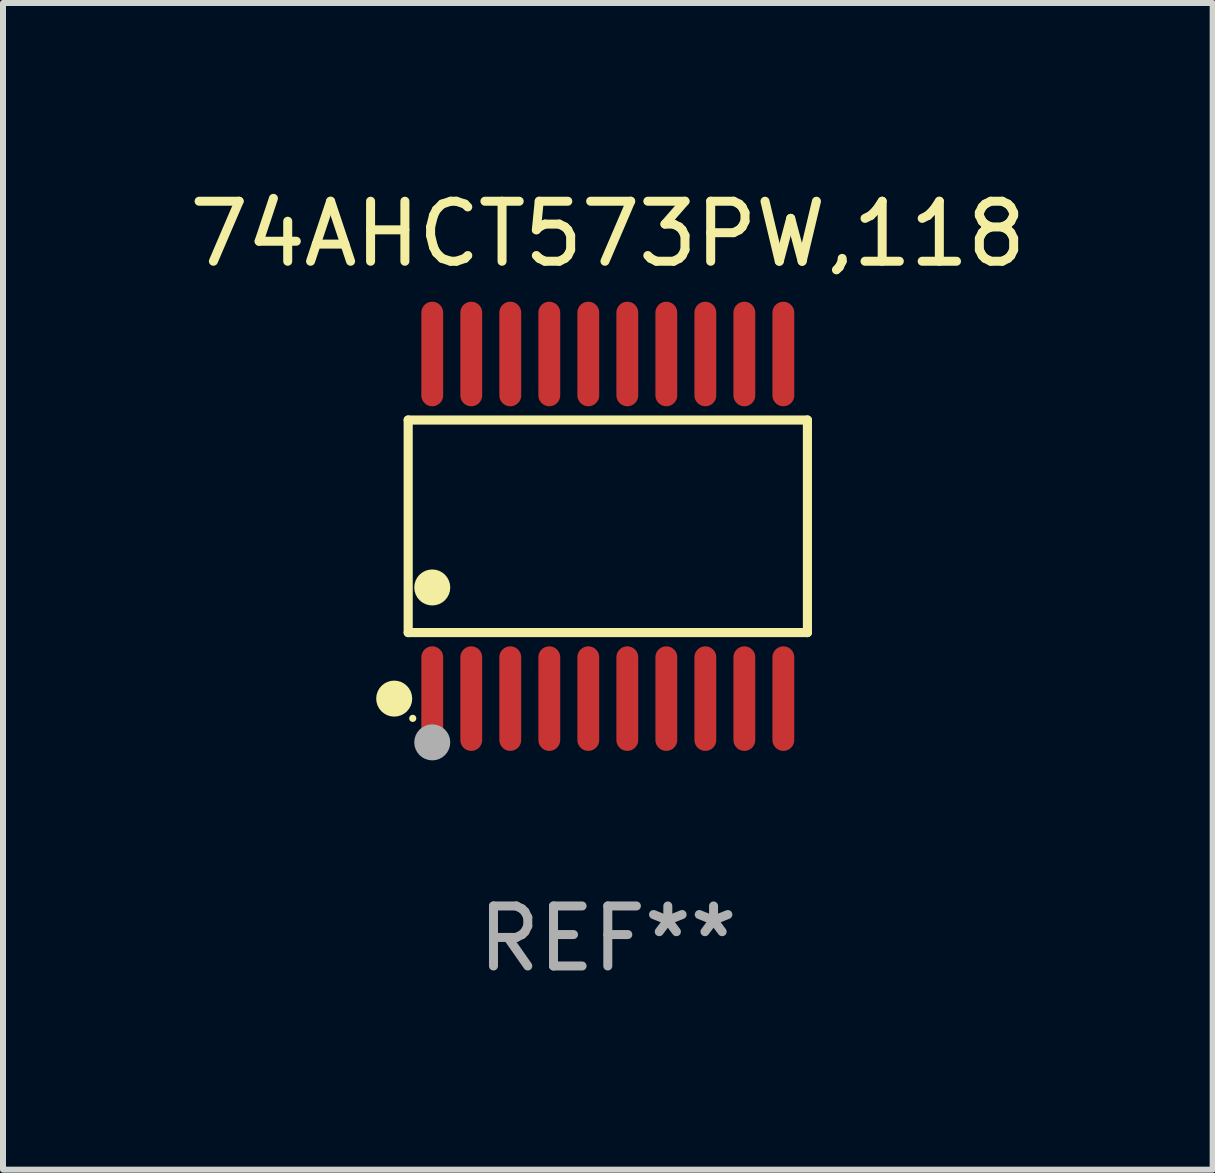
<source format=kicad_pcb>
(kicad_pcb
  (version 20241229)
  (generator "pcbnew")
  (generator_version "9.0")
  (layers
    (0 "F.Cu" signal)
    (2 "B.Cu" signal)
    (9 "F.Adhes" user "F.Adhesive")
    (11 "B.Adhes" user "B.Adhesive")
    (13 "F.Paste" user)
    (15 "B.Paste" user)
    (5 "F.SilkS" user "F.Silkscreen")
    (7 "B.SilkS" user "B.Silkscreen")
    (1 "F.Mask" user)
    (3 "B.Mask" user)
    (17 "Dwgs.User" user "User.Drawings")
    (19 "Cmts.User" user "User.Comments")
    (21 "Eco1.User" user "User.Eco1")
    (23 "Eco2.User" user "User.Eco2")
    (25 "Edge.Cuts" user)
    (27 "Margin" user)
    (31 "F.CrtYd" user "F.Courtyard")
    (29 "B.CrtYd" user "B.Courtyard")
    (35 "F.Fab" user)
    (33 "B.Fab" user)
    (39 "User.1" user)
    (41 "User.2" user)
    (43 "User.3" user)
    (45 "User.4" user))
  (footprint "74AHCT573PW,118"
    (layer "F.Cu")
    (at 7.077 5.719)
    (property "Reference" "74AHCT573PW,118" (at 0 -4.871 0) (layer "F.SilkS") (effects (font (size 1 1) (thickness 0.15))))
    (attr through_hole)
    (fp_line (start -3.326 -1.771) (end 3.326 -1.771) (stroke (width 0.152) (type solid)) (layer "F.SilkS"))
    (fp_line (start -3.326 1.771) (end -3.326 -1.771) (stroke (width 0.152) (type solid)) (layer "F.SilkS"))
    (fp_line (start 3.326 -1.771) (end 3.326 1.771) (stroke (width 0.152) (type solid)) (layer "F.SilkS"))
    (fp_line (start 3.326 1.771) (end -3.326 1.771) (stroke (width 0.152) (type solid)) (layer "F.SilkS"))
    (fp_circle (center -3.559 2.871) (end -3.409 2.871) (stroke (width 0.3) (type solid)) (fill no) (layer "F.SilkS"))
    (fp_circle (center -3.25 3.2) (end -3.22 3.2) (stroke (width 0.06) (type solid)) (fill no) (layer "F.SilkS"))
    (fp_circle (center -2.925 1.019) (end -2.775 1.019) (stroke (width 0.3) (type solid)) (fill no) (layer "F.SilkS"))
    (fp_circle (center -2.925 3.6) (end -2.775 3.6) (stroke (width 0.3) (type solid)) (fill no) (layer "F.Fab"))
    (fp_text user "REF**" (at 0 6.871 0) (layer "F.Fab") (effects (font (size 1 1) (thickness 0.15))))
    (pad "1" smd oval (at -2.925 2.871) (size 0.364 1.742) (layers "F.Cu" "F.Mask" "F.Paste"))
    (pad "2" smd oval (at -2.275 2.871) (size 0.364 1.742) (layers "F.Cu" "F.Mask" "F.Paste"))
    (pad "3" smd oval (at -1.625 2.871) (size 0.364 1.742) (layers "F.Cu" "F.Mask" "F.Paste"))
    (pad "4" smd oval (at -0.975 2.871) (size 0.364 1.742) (layers "F.Cu" "F.Mask" "F.Paste"))
    (pad "5" smd oval (at -0.325 2.871) (size 0.364 1.742) (layers "F.Cu" "F.Mask" "F.Paste"))
    (pad "6" smd oval (at 0.325 2.871) (size 0.364 1.742) (layers "F.Cu" "F.Mask" "F.Paste"))
    (pad "7" smd oval (at 0.975 2.871) (size 0.364 1.742) (layers "F.Cu" "F.Mask" "F.Paste"))
    (pad "8" smd oval (at 1.625 2.871) (size 0.364 1.742) (layers "F.Cu" "F.Mask" "F.Paste"))
    (pad "9" smd oval (at 2.275 2.871) (size 0.364 1.742) (layers "F.Cu" "F.Mask" "F.Paste"))
    (pad "10" smd oval (at 2.925 2.871) (size 0.364 1.742) (layers "F.Cu" "F.Mask" "F.Paste"))
    (pad "11" smd oval (at 2.925 -2.871) (size 0.364 1.742) (layers "F.Cu" "F.Mask" "F.Paste"))
    (pad "12" smd oval (at 2.275 -2.871) (size 0.364 1.742) (layers "F.Cu" "F.Mask" "F.Paste"))
    (pad "13" smd oval (at 1.625 -2.871) (size 0.364 1.742) (layers "F.Cu" "F.Mask" "F.Paste"))
    (pad "14" smd oval (at 0.975 -2.871) (size 0.364 1.742) (layers "F.Cu" "F.Mask" "F.Paste"))
    (pad "15" smd oval (at 0.325 -2.871) (size 0.364 1.742) (layers "F.Cu" "F.Mask" "F.Paste"))
    (pad "16" smd oval (at -0.325 -2.871) (size 0.364 1.742) (layers "F.Cu" "F.Mask" "F.Paste"))
    (pad "17" smd oval (at -0.975 -2.871) (size 0.364 1.742) (layers "F.Cu" "F.Mask" "F.Paste"))
    (pad "18" smd oval (at -1.625 -2.871) (size 0.364 1.742) (layers "F.Cu" "F.Mask" "F.Paste"))
    (pad "19" smd oval (at -2.275 -2.871) (size 0.364 1.742) (layers "F.Cu" "F.Mask" "F.Paste"))
    (pad "20" smd oval (at -2.925 -2.871) (size 0.364 1.742) (layers "F.Cu" "F.Mask" "F.Paste")))
  (gr_rect
    (start -3 -3)
    (end 17.155 16.438)
    (stroke (width 0.1) (type default))
    (fill no)
    (layer "Edge.Cuts")))
</source>
